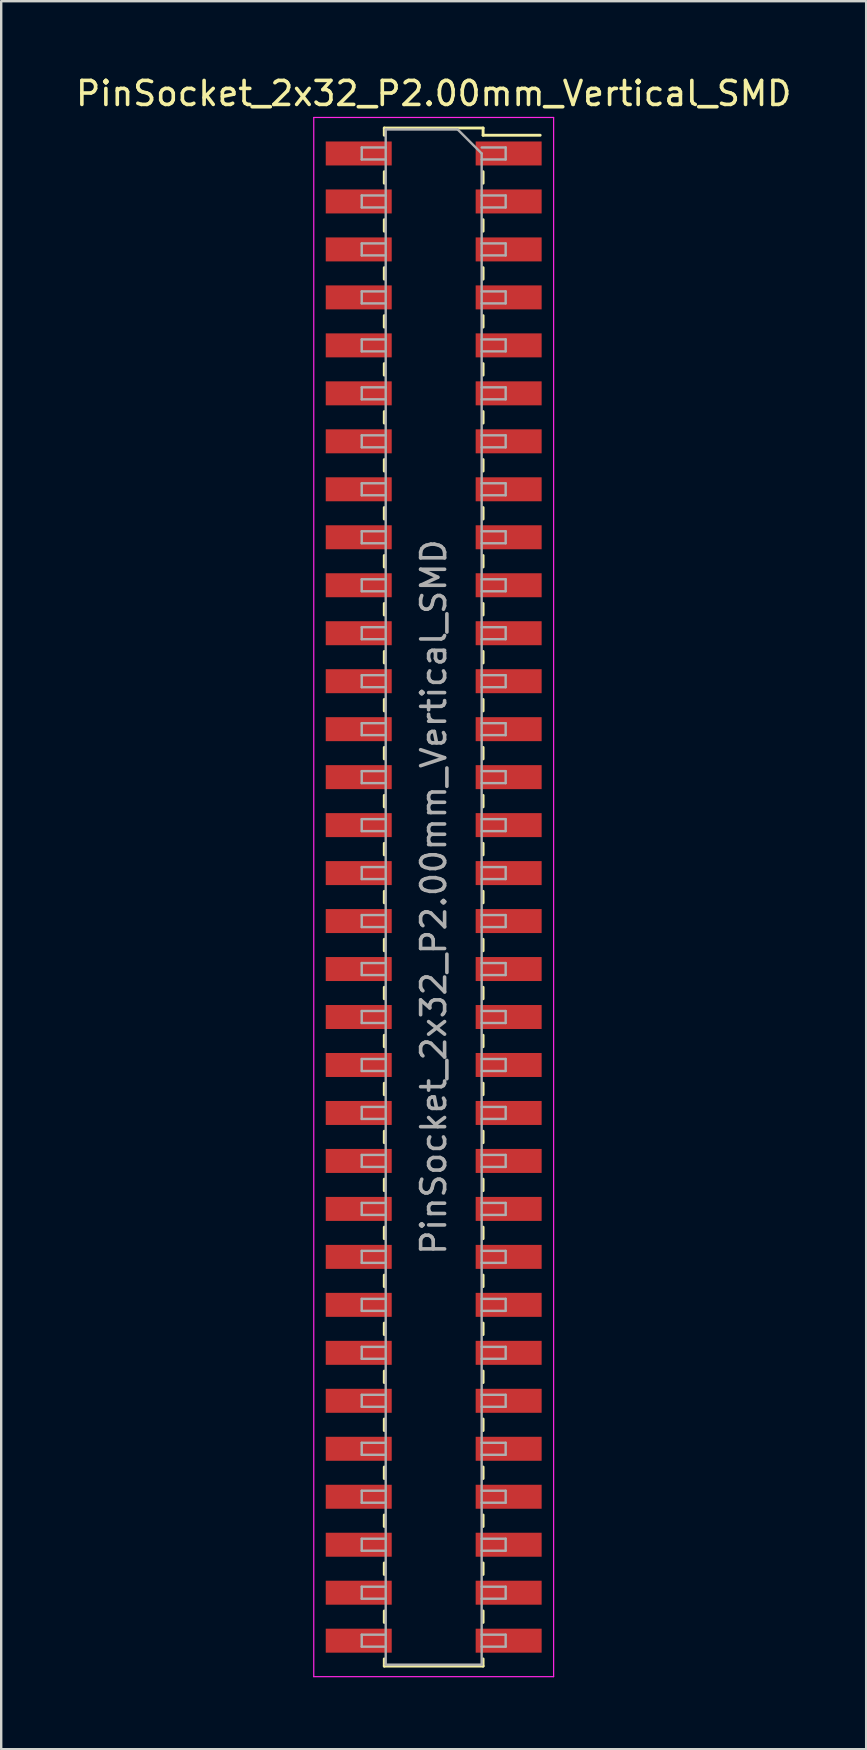
<source format=kicad_pcb>
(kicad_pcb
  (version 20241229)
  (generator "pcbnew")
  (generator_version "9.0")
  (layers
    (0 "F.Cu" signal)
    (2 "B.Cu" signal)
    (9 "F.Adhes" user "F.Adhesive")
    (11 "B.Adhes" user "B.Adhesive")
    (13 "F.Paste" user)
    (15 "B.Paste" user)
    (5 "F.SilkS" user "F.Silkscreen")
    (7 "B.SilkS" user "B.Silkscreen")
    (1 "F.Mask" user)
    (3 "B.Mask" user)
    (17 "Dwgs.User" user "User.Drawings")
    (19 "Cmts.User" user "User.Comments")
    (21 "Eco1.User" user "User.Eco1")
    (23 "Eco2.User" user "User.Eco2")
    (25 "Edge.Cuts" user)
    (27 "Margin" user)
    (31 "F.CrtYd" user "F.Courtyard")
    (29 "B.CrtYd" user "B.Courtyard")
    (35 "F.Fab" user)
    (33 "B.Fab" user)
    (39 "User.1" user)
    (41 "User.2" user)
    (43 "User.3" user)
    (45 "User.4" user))
  (footprint "PinSocket_2x32_P2.00mm_Vertical_SMD"
    (layer "F.Cu")
    (at 15.03 34.348)
    (property "Reference" "PinSocket_2x32_P2.00mm_Vertical_SMD" (at 0 -33.5 0) (layer "F.SilkS") (effects (font (size 1 1) (thickness 0.15))))
    (attr smd)
    (fp_line (start -2.06 -32.06) (end -2.06 -31.76) (stroke (width 0.12) (type solid)) (layer "F.SilkS"))
    (fp_line (start -2.06 -32.06) (end 2.06 -32.06) (stroke (width 0.12) (type solid)) (layer "F.SilkS"))
    (fp_line (start -2.06 -30.24) (end -2.06 -29.76) (stroke (width 0.12) (type solid)) (layer "F.SilkS"))
    (fp_line (start -2.06 -28.24) (end -2.06 -27.76) (stroke (width 0.12) (type solid)) (layer "F.SilkS"))
    (fp_line (start -2.06 -26.24) (end -2.06 -25.76) (stroke (width 0.12) (type solid)) (layer "F.SilkS"))
    (fp_line (start -2.06 -24.24) (end -2.06 -23.76) (stroke (width 0.12) (type solid)) (layer "F.SilkS"))
    (fp_line (start -2.06 -22.24) (end -2.06 -21.76) (stroke (width 0.12) (type solid)) (layer "F.SilkS"))
    (fp_line (start -2.06 -20.24) (end -2.06 -19.76) (stroke (width 0.12) (type solid)) (layer "F.SilkS"))
    (fp_line (start -2.06 -18.24) (end -2.06 -17.76) (stroke (width 0.12) (type solid)) (layer "F.SilkS"))
    (fp_line (start -2.06 -16.24) (end -2.06 -15.76) (stroke (width 0.12) (type solid)) (layer "F.SilkS"))
    (fp_line (start -2.06 -14.24) (end -2.06 -13.76) (stroke (width 0.12) (type solid)) (layer "F.SilkS"))
    (fp_line (start -2.06 -12.24) (end -2.06 -11.76) (stroke (width 0.12) (type solid)) (layer "F.SilkS"))
    (fp_line (start -2.06 -10.24) (end -2.06 -9.76) (stroke (width 0.12) (type solid)) (layer "F.SilkS"))
    (fp_line (start -2.06 -8.24) (end -2.06 -7.76) (stroke (width 0.12) (type solid)) (layer "F.SilkS"))
    (fp_line (start -2.06 -6.24) (end -2.06 -5.76) (stroke (width 0.12) (type solid)) (layer "F.SilkS"))
    (fp_line (start -2.06 -4.24) (end -2.06 -3.76) (stroke (width 0.12) (type solid)) (layer "F.SilkS"))
    (fp_line (start -2.06 -2.24) (end -2.06 -1.76) (stroke (width 0.12) (type solid)) (layer "F.SilkS"))
    (fp_line (start -2.06 -0.24) (end -2.06 0.24) (stroke (width 0.12) (type solid)) (layer "F.SilkS"))
    (fp_line (start -2.06 1.76) (end -2.06 2.24) (stroke (width 0.12) (type solid)) (layer "F.SilkS"))
    (fp_line (start -2.06 3.76) (end -2.06 4.24) (stroke (width 0.12) (type solid)) (layer "F.SilkS"))
    (fp_line (start -2.06 5.76) (end -2.06 6.24) (stroke (width 0.12) (type solid)) (layer "F.SilkS"))
    (fp_line (start -2.06 7.76) (end -2.06 8.24) (stroke (width 0.12) (type solid)) (layer "F.SilkS"))
    (fp_line (start -2.06 9.76) (end -2.06 10.24) (stroke (width 0.12) (type solid)) (layer "F.SilkS"))
    (fp_line (start -2.06 11.76) (end -2.06 12.24) (stroke (width 0.12) (type solid)) (layer "F.SilkS"))
    (fp_line (start -2.06 13.76) (end -2.06 14.24) (stroke (width 0.12) (type solid)) (layer "F.SilkS"))
    (fp_line (start -2.06 15.76) (end -2.06 16.24) (stroke (width 0.12) (type solid)) (layer "F.SilkS"))
    (fp_line (start -2.06 17.76) (end -2.06 18.24) (stroke (width 0.12) (type solid)) (layer "F.SilkS"))
    (fp_line (start -2.06 19.76) (end -2.06 20.24) (stroke (width 0.12) (type solid)) (layer "F.SilkS"))
    (fp_line (start -2.06 21.76) (end -2.06 22.24) (stroke (width 0.12) (type solid)) (layer "F.SilkS"))
    (fp_line (start -2.06 23.76) (end -2.06 24.24) (stroke (width 0.12) (type solid)) (layer "F.SilkS"))
    (fp_line (start -2.06 25.76) (end -2.06 26.24) (stroke (width 0.12) (type solid)) (layer "F.SilkS"))
    (fp_line (start -2.06 27.76) (end -2.06 28.24) (stroke (width 0.12) (type solid)) (layer "F.SilkS"))
    (fp_line (start -2.06 29.76) (end -2.06 30.24) (stroke (width 0.12) (type solid)) (layer "F.SilkS"))
    (fp_line (start -2.06 31.76) (end -2.06 32.06) (stroke (width 0.12) (type solid)) (layer "F.SilkS"))
    (fp_line (start -2.06 32.06) (end 2.06 32.06) (stroke (width 0.12) (type solid)) (layer "F.SilkS"))
    (fp_line (start 2.06 -32.06) (end 2.06 -31.76) (stroke (width 0.12) (type solid)) (layer "F.SilkS"))
    (fp_line (start 2.06 -31.76) (end 4.44 -31.76) (stroke (width 0.12) (type solid)) (layer "F.SilkS"))
    (fp_line (start 2.06 -30.24) (end 2.06 -29.76) (stroke (width 0.12) (type solid)) (layer "F.SilkS"))
    (fp_line (start 2.06 -28.24) (end 2.06 -27.76) (stroke (width 0.12) (type solid)) (layer "F.SilkS"))
    (fp_line (start 2.06 -26.24) (end 2.06 -25.76) (stroke (width 0.12) (type solid)) (layer "F.SilkS"))
    (fp_line (start 2.06 -24.24) (end 2.06 -23.76) (stroke (width 0.12) (type solid)) (layer "F.SilkS"))
    (fp_line (start 2.06 -22.24) (end 2.06 -21.76) (stroke (width 0.12) (type solid)) (layer "F.SilkS"))
    (fp_line (start 2.06 -20.24) (end 2.06 -19.76) (stroke (width 0.12) (type solid)) (layer "F.SilkS"))
    (fp_line (start 2.06 -18.24) (end 2.06 -17.76) (stroke (width 0.12) (type solid)) (layer "F.SilkS"))
    (fp_line (start 2.06 -16.24) (end 2.06 -15.76) (stroke (width 0.12) (type solid)) (layer "F.SilkS"))
    (fp_line (start 2.06 -14.24) (end 2.06 -13.76) (stroke (width 0.12) (type solid)) (layer "F.SilkS"))
    (fp_line (start 2.06 -12.24) (end 2.06 -11.76) (stroke (width 0.12) (type solid)) (layer "F.SilkS"))
    (fp_line (start 2.06 -10.24) (end 2.06 -9.76) (stroke (width 0.12) (type solid)) (layer "F.SilkS"))
    (fp_line (start 2.06 -8.24) (end 2.06 -7.76) (stroke (width 0.12) (type solid)) (layer "F.SilkS"))
    (fp_line (start 2.06 -6.24) (end 2.06 -5.76) (stroke (width 0.12) (type solid)) (layer "F.SilkS"))
    (fp_line (start 2.06 -4.24) (end 2.06 -3.76) (stroke (width 0.12) (type solid)) (layer "F.SilkS"))
    (fp_line (start 2.06 -2.24) (end 2.06 -1.76) (stroke (width 0.12) (type solid)) (layer "F.SilkS"))
    (fp_line (start 2.06 -0.24) (end 2.06 0.24) (stroke (width 0.12) (type solid)) (layer "F.SilkS"))
    (fp_line (start 2.06 1.76) (end 2.06 2.24) (stroke (width 0.12) (type solid)) (layer "F.SilkS"))
    (fp_line (start 2.06 3.76) (end 2.06 4.24) (stroke (width 0.12) (type solid)) (layer "F.SilkS"))
    (fp_line (start 2.06 5.76) (end 2.06 6.24) (stroke (width 0.12) (type solid)) (layer "F.SilkS"))
    (fp_line (start 2.06 7.76) (end 2.06 8.24) (stroke (width 0.12) (type solid)) (layer "F.SilkS"))
    (fp_line (start 2.06 9.76) (end 2.06 10.24) (stroke (width 0.12) (type solid)) (layer "F.SilkS"))
    (fp_line (start 2.06 11.76) (end 2.06 12.24) (stroke (width 0.12) (type solid)) (layer "F.SilkS"))
    (fp_line (start 2.06 13.76) (end 2.06 14.24) (stroke (width 0.12) (type solid)) (layer "F.SilkS"))
    (fp_line (start 2.06 15.76) (end 2.06 16.24) (stroke (width 0.12) (type solid)) (layer "F.SilkS"))
    (fp_line (start 2.06 17.76) (end 2.06 18.24) (stroke (width 0.12) (type solid)) (layer "F.SilkS"))
    (fp_line (start 2.06 19.76) (end 2.06 20.24) (stroke (width 0.12) (type solid)) (layer "F.SilkS"))
    (fp_line (start 2.06 21.76) (end 2.06 22.24) (stroke (width 0.12) (type solid)) (layer "F.SilkS"))
    (fp_line (start 2.06 23.76) (end 2.06 24.24) (stroke (width 0.12) (type solid)) (layer "F.SilkS"))
    (fp_line (start 2.06 25.76) (end 2.06 26.24) (stroke (width 0.12) (type solid)) (layer "F.SilkS"))
    (fp_line (start 2.06 27.76) (end 2.06 28.24) (stroke (width 0.12) (type solid)) (layer "F.SilkS"))
    (fp_line (start 2.06 29.76) (end 2.06 30.24) (stroke (width 0.12) (type solid)) (layer "F.SilkS"))
    (fp_line (start 2.06 31.76) (end 2.06 32.06) (stroke (width 0.12) (type solid)) (layer "F.SilkS"))
    (fp_line (start -5 -32.5) (end 5 -32.5) (stroke (width 0.05) (type solid)) (layer "F.CrtYd"))
    (fp_line (start -5 32.5) (end -5 -32.5) (stroke (width 0.05) (type solid)) (layer "F.CrtYd"))
    (fp_line (start 5 -32.5) (end 5 32.5) (stroke (width 0.05) (type solid)) (layer "F.CrtYd"))
    (fp_line (start 5 32.5) (end -5 32.5) (stroke (width 0.05) (type solid)) (layer "F.CrtYd"))
    (fp_line (start -3 -31.25) (end -2 -31.25) (stroke (width 0.1) (type solid)) (layer "F.Fab"))
    (fp_line (start -3 -30.75) (end -3 -31.25) (stroke (width 0.1) (type solid)) (layer "F.Fab"))
    (fp_line (start -3 -29.25) (end -2 -29.25) (stroke (width 0.1) (type solid)) (layer "F.Fab"))
    (fp_line (start -3 -28.75) (end -3 -29.25) (stroke (width 0.1) (type solid)) (layer "F.Fab"))
    (fp_line (start -3 -27.25) (end -2 -27.25) (stroke (width 0.1) (type solid)) (layer "F.Fab"))
    (fp_line (start -3 -26.75) (end -3 -27.25) (stroke (width 0.1) (type solid)) (layer "F.Fab"))
    (fp_line (start -3 -25.25) (end -2 -25.25) (stroke (width 0.1) (type solid)) (layer "F.Fab"))
    (fp_line (start -3 -24.75) (end -3 -25.25) (stroke (width 0.1) (type solid)) (layer "F.Fab"))
    (fp_line (start -3 -23.25) (end -2 -23.25) (stroke (width 0.1) (type solid)) (layer "F.Fab"))
    (fp_line (start -3 -22.75) (end -3 -23.25) (stroke (width 0.1) (type solid)) (layer "F.Fab"))
    (fp_line (start -3 -21.25) (end -2 -21.25) (stroke (width 0.1) (type solid)) (layer "F.Fab"))
    (fp_line (start -3 -20.75) (end -3 -21.25) (stroke (width 0.1) (type solid)) (layer "F.Fab"))
    (fp_line (start -3 -19.25) (end -2 -19.25) (stroke (width 0.1) (type solid)) (layer "F.Fab"))
    (fp_line (start -3 -18.75) (end -3 -19.25) (stroke (width 0.1) (type solid)) (layer "F.Fab"))
    (fp_line (start -3 -17.25) (end -2 -17.25) (stroke (width 0.1) (type solid)) (layer "F.Fab"))
    (fp_line (start -3 -16.75) (end -3 -17.25) (stroke (width 0.1) (type solid)) (layer "F.Fab"))
    (fp_line (start -3 -15.25) (end -2 -15.25) (stroke (width 0.1) (type solid)) (layer "F.Fab"))
    (fp_line (start -3 -14.75) (end -3 -15.25) (stroke (width 0.1) (type solid)) (layer "F.Fab"))
    (fp_line (start -3 -13.25) (end -2 -13.25) (stroke (width 0.1) (type solid)) (layer "F.Fab"))
    (fp_line (start -3 -12.75) (end -3 -13.25) (stroke (width 0.1) (type solid)) (layer "F.Fab"))
    (fp_line (start -3 -11.25) (end -2 -11.25) (stroke (width 0.1) (type solid)) (layer "F.Fab"))
    (fp_line (start -3 -10.75) (end -3 -11.25) (stroke (width 0.1) (type solid)) (layer "F.Fab"))
    (fp_line (start -3 -9.25) (end -2 -9.25) (stroke (width 0.1) (type solid)) (layer "F.Fab"))
    (fp_line (start -3 -8.75) (end -3 -9.25) (stroke (width 0.1) (type solid)) (layer "F.Fab"))
    (fp_line (start -3 -7.25) (end -2 -7.25) (stroke (width 0.1) (type solid)) (layer "F.Fab"))
    (fp_line (start -3 -6.75) (end -3 -7.25) (stroke (width 0.1) (type solid)) (layer "F.Fab"))
    (fp_line (start -3 -5.25) (end -2 -5.25) (stroke (width 0.1) (type solid)) (layer "F.Fab"))
    (fp_line (start -3 -4.75) (end -3 -5.25) (stroke (width 0.1) (type solid)) (layer "F.Fab"))
    (fp_line (start -3 -3.25) (end -2 -3.25) (stroke (width 0.1) (type solid)) (layer "F.Fab"))
    (fp_line (start -3 -2.75) (end -3 -3.25) (stroke (width 0.1) (type solid)) (layer "F.Fab"))
    (fp_line (start -3 -1.25) (end -2 -1.25) (stroke (width 0.1) (type solid)) (layer "F.Fab"))
    (fp_line (start -3 -0.75) (end -3 -1.25) (stroke (width 0.1) (type solid)) (layer "F.Fab"))
    (fp_line (start -3 0.75) (end -2 0.75) (stroke (width 0.1) (type solid)) (layer "F.Fab"))
    (fp_line (start -3 1.25) (end -3 0.75) (stroke (width 0.1) (type solid)) (layer "F.Fab"))
    (fp_line (start -3 2.75) (end -2 2.75) (stroke (width 0.1) (type solid)) (layer "F.Fab"))
    (fp_line (start -3 3.25) (end -3 2.75) (stroke (width 0.1) (type solid)) (layer "F.Fab"))
    (fp_line (start -3 4.75) (end -2 4.75) (stroke (width 0.1) (type solid)) (layer "F.Fab"))
    (fp_line (start -3 5.25) (end -3 4.75) (stroke (width 0.1) (type solid)) (layer "F.Fab"))
    (fp_line (start -3 6.75) (end -2 6.75) (stroke (width 0.1) (type solid)) (layer "F.Fab"))
    (fp_line (start -3 7.25) (end -3 6.75) (stroke (width 0.1) (type solid)) (layer "F.Fab"))
    (fp_line (start -3 8.75) (end -2 8.75) (stroke (width 0.1) (type solid)) (layer "F.Fab"))
    (fp_line (start -3 9.25) (end -3 8.75) (stroke (width 0.1) (type solid)) (layer "F.Fab"))
    (fp_line (start -3 10.75) (end -2 10.75) (stroke (width 0.1) (type solid)) (layer "F.Fab"))
    (fp_line (start -3 11.25) (end -3 10.75) (stroke (width 0.1) (type solid)) (layer "F.Fab"))
    (fp_line (start -3 12.75) (end -2 12.75) (stroke (width 0.1) (type solid)) (layer "F.Fab"))
    (fp_line (start -3 13.25) (end -3 12.75) (stroke (width 0.1) (type solid)) (layer "F.Fab"))
    (fp_line (start -3 14.75) (end -2 14.75) (stroke (width 0.1) (type solid)) (layer "F.Fab"))
    (fp_line (start -3 15.25) (end -3 14.75) (stroke (width 0.1) (type solid)) (layer "F.Fab"))
    (fp_line (start -3 16.75) (end -2 16.75) (stroke (width 0.1) (type solid)) (layer "F.Fab"))
    (fp_line (start -3 17.25) (end -3 16.75) (stroke (width 0.1) (type solid)) (layer "F.Fab"))
    (fp_line (start -3 18.75) (end -2 18.75) (stroke (width 0.1) (type solid)) (layer "F.Fab"))
    (fp_line (start -3 19.25) (end -3 18.75) (stroke (width 0.1) (type solid)) (layer "F.Fab"))
    (fp_line (start -3 20.75) (end -2 20.75) (stroke (width 0.1) (type solid)) (layer "F.Fab"))
    (fp_line (start -3 21.25) (end -3 20.75) (stroke (width 0.1) (type solid)) (layer "F.Fab"))
    (fp_line (start -3 22.75) (end -2 22.75) (stroke (width 0.1) (type solid)) (layer "F.Fab"))
    (fp_line (start -3 23.25) (end -3 22.75) (stroke (width 0.1) (type solid)) (layer "F.Fab"))
    (fp_line (start -3 24.75) (end -2 24.75) (stroke (width 0.1) (type solid)) (layer "F.Fab"))
    (fp_line (start -3 25.25) (end -3 24.75) (stroke (width 0.1) (type solid)) (layer "F.Fab"))
    (fp_line (start -3 26.75) (end -2 26.75) (stroke (width 0.1) (type solid)) (layer "F.Fab"))
    (fp_line (start -3 27.25) (end -3 26.75) (stroke (width 0.1) (type solid)) (layer "F.Fab"))
    (fp_line (start -3 28.75) (end -2 28.75) (stroke (width 0.1) (type solid)) (layer "F.Fab"))
    (fp_line (start -3 29.25) (end -3 28.75) (stroke (width 0.1) (type solid)) (layer "F.Fab"))
    (fp_line (start -3 30.75) (end -2 30.75) (stroke (width 0.1) (type solid)) (layer "F.Fab"))
    (fp_line (start -3 31.25) (end -3 30.75) (stroke (width 0.1) (type solid)) (layer "F.Fab"))
    (fp_line (start -2 -32) (end 1 -32) (stroke (width 0.1) (type solid)) (layer "F.Fab"))
    (fp_line (start -2 -30.75) (end -3 -30.75) (stroke (width 0.1) (type solid)) (layer "F.Fab"))
    (fp_line (start -2 -28.75) (end -3 -28.75) (stroke (width 0.1) (type solid)) (layer "F.Fab"))
    (fp_line (start -2 -26.75) (end -3 -26.75) (stroke (width 0.1) (type solid)) (layer "F.Fab"))
    (fp_line (start -2 -24.75) (end -3 -24.75) (stroke (width 0.1) (type solid)) (layer "F.Fab"))
    (fp_line (start -2 -22.75) (end -3 -22.75) (stroke (width 0.1) (type solid)) (layer "F.Fab"))
    (fp_line (start -2 -20.75) (end -3 -20.75) (stroke (width 0.1) (type solid)) (layer "F.Fab"))
    (fp_line (start -2 -18.75) (end -3 -18.75) (stroke (width 0.1) (type solid)) (layer "F.Fab"))
    (fp_line (start -2 -16.75) (end -3 -16.75) (stroke (width 0.1) (type solid)) (layer "F.Fab"))
    (fp_line (start -2 -14.75) (end -3 -14.75) (stroke (width 0.1) (type solid)) (layer "F.Fab"))
    (fp_line (start -2 -12.75) (end -3 -12.75) (stroke (width 0.1) (type solid)) (layer "F.Fab"))
    (fp_line (start -2 -10.75) (end -3 -10.75) (stroke (width 0.1) (type solid)) (layer "F.Fab"))
    (fp_line (start -2 -8.75) (end -3 -8.75) (stroke (width 0.1) (type solid)) (layer "F.Fab"))
    (fp_line (start -2 -6.75) (end -3 -6.75) (stroke (width 0.1) (type solid)) (layer "F.Fab"))
    (fp_line (start -2 -4.75) (end -3 -4.75) (stroke (width 0.1) (type solid)) (layer "F.Fab"))
    (fp_line (start -2 -2.75) (end -3 -2.75) (stroke (width 0.1) (type solid)) (layer "F.Fab"))
    (fp_line (start -2 -0.75) (end -3 -0.75) (stroke (width 0.1) (type solid)) (layer "F.Fab"))
    (fp_line (start -2 1.25) (end -3 1.25) (stroke (width 0.1) (type solid)) (layer "F.Fab"))
    (fp_line (start -2 3.25) (end -3 3.25) (stroke (width 0.1) (type solid)) (layer "F.Fab"))
    (fp_line (start -2 5.25) (end -3 5.25) (stroke (width 0.1) (type solid)) (layer "F.Fab"))
    (fp_line (start -2 7.25) (end -3 7.25) (stroke (width 0.1) (type solid)) (layer "F.Fab"))
    (fp_line (start -2 9.25) (end -3 9.25) (stroke (width 0.1) (type solid)) (layer "F.Fab"))
    (fp_line (start -2 11.25) (end -3 11.25) (stroke (width 0.1) (type solid)) (layer "F.Fab"))
    (fp_line (start -2 13.25) (end -3 13.25) (stroke (width 0.1) (type solid)) (layer "F.Fab"))
    (fp_line (start -2 15.25) (end -3 15.25) (stroke (width 0.1) (type solid)) (layer "F.Fab"))
    (fp_line (start -2 17.25) (end -3 17.25) (stroke (width 0.1) (type solid)) (layer "F.Fab"))
    (fp_line (start -2 19.25) (end -3 19.25) (stroke (width 0.1) (type solid)) (layer "F.Fab"))
    (fp_line (start -2 21.25) (end -3 21.25) (stroke (width 0.1) (type solid)) (layer "F.Fab"))
    (fp_line (start -2 23.25) (end -3 23.25) (stroke (width 0.1) (type solid)) (layer "F.Fab"))
    (fp_line (start -2 25.25) (end -3 25.25) (stroke (width 0.1) (type solid)) (layer "F.Fab"))
    (fp_line (start -2 27.25) (end -3 27.25) (stroke (width 0.1) (type solid)) (layer "F.Fab"))
    (fp_line (start -2 29.25) (end -3 29.25) (stroke (width 0.1) (type solid)) (layer "F.Fab"))
    (fp_line (start -2 31.25) (end -3 31.25) (stroke (width 0.1) (type solid)) (layer "F.Fab"))
    (fp_line (start -2 32) (end -2 -32) (stroke (width 0.1) (type solid)) (layer "F.Fab"))
    (fp_line (start 1 -32) (end 2 -31) (stroke (width 0.1) (type solid)) (layer "F.Fab"))
    (fp_line (start 2 -31.25) (end 3 -31.25) (stroke (width 0.1) (type solid)) (layer "F.Fab"))
    (fp_line (start 2 -31) (end 2 32) (stroke (width 0.1) (type solid)) (layer "F.Fab"))
    (fp_line (start 2 -29.25) (end 3 -29.25) (stroke (width 0.1) (type solid)) (layer "F.Fab"))
    (fp_line (start 2 -27.25) (end 3 -27.25) (stroke (width 0.1) (type solid)) (layer "F.Fab"))
    (fp_line (start 2 -25.25) (end 3 -25.25) (stroke (width 0.1) (type solid)) (layer "F.Fab"))
    (fp_line (start 2 -23.25) (end 3 -23.25) (stroke (width 0.1) (type solid)) (layer "F.Fab"))
    (fp_line (start 2 -21.25) (end 3 -21.25) (stroke (width 0.1) (type solid)) (layer "F.Fab"))
    (fp_line (start 2 -19.25) (end 3 -19.25) (stroke (width 0.1) (type solid)) (layer "F.Fab"))
    (fp_line (start 2 -17.25) (end 3 -17.25) (stroke (width 0.1) (type solid)) (layer "F.Fab"))
    (fp_line (start 2 -15.25) (end 3 -15.25) (stroke (width 0.1) (type solid)) (layer "F.Fab"))
    (fp_line (start 2 -13.25) (end 3 -13.25) (stroke (width 0.1) (type solid)) (layer "F.Fab"))
    (fp_line (start 2 -11.25) (end 3 -11.25) (stroke (width 0.1) (type solid)) (layer "F.Fab"))
    (fp_line (start 2 -9.25) (end 3 -9.25) (stroke (width 0.1) (type solid)) (layer "F.Fab"))
    (fp_line (start 2 -7.25) (end 3 -7.25) (stroke (width 0.1) (type solid)) (layer "F.Fab"))
    (fp_line (start 2 -5.25) (end 3 -5.25) (stroke (width 0.1) (type solid)) (layer "F.Fab"))
    (fp_line (start 2 -3.25) (end 3 -3.25) (stroke (width 0.1) (type solid)) (layer "F.Fab"))
    (fp_line (start 2 -1.25) (end 3 -1.25) (stroke (width 0.1) (type solid)) (layer "F.Fab"))
    (fp_line (start 2 0.75) (end 3 0.75) (stroke (width 0.1) (type solid)) (layer "F.Fab"))
    (fp_line (start 2 2.75) (end 3 2.75) (stroke (width 0.1) (type solid)) (layer "F.Fab"))
    (fp_line (start 2 4.75) (end 3 4.75) (stroke (width 0.1) (type solid)) (layer "F.Fab"))
    (fp_line (start 2 6.75) (end 3 6.75) (stroke (width 0.1) (type solid)) (layer "F.Fab"))
    (fp_line (start 2 8.75) (end 3 8.75) (stroke (width 0.1) (type solid)) (layer "F.Fab"))
    (fp_line (start 2 10.75) (end 3 10.75) (stroke (width 0.1) (type solid)) (layer "F.Fab"))
    (fp_line (start 2 12.75) (end 3 12.75) (stroke (width 0.1) (type solid)) (layer "F.Fab"))
    (fp_line (start 2 14.75) (end 3 14.75) (stroke (width 0.1) (type solid)) (layer "F.Fab"))
    (fp_line (start 2 16.75) (end 3 16.75) (stroke (width 0.1) (type solid)) (layer "F.Fab"))
    (fp_line (start 2 18.75) (end 3 18.75) (stroke (width 0.1) (type solid)) (layer "F.Fab"))
    (fp_line (start 2 20.75) (end 3 20.75) (stroke (width 0.1) (type solid)) (layer "F.Fab"))
    (fp_line (start 2 22.75) (end 3 22.75) (stroke (width 0.1) (type solid)) (layer "F.Fab"))
    (fp_line (start 2 24.75) (end 3 24.75) (stroke (width 0.1) (type solid)) (layer "F.Fab"))
    (fp_line (start 2 26.75) (end 3 26.75) (stroke (width 0.1) (type solid)) (layer "F.Fab"))
    (fp_line (start 2 28.75) (end 3 28.75) (stroke (width 0.1) (type solid)) (layer "F.Fab"))
    (fp_line (start 2 30.75) (end 3 30.75) (stroke (width 0.1) (type solid)) (layer "F.Fab"))
    (fp_line (start 2 32) (end -2 32) (stroke (width 0.1) (type solid)) (layer "F.Fab"))
    (fp_line (start 3 -31.25) (end 3 -30.75) (stroke (width 0.1) (type solid)) (layer "F.Fab"))
    (fp_line (start 3 -30.75) (end 2 -30.75) (stroke (width 0.1) (type solid)) (layer "F.Fab"))
    (fp_line (start 3 -29.25) (end 3 -28.75) (stroke (width 0.1) (type solid)) (layer "F.Fab"))
    (fp_line (start 3 -28.75) (end 2 -28.75) (stroke (width 0.1) (type solid)) (layer "F.Fab"))
    (fp_line (start 3 -27.25) (end 3 -26.75) (stroke (width 0.1) (type solid)) (layer "F.Fab"))
    (fp_line (start 3 -26.75) (end 2 -26.75) (stroke (width 0.1) (type solid)) (layer "F.Fab"))
    (fp_line (start 3 -25.25) (end 3 -24.75) (stroke (width 0.1) (type solid)) (layer "F.Fab"))
    (fp_line (start 3 -24.75) (end 2 -24.75) (stroke (width 0.1) (type solid)) (layer "F.Fab"))
    (fp_line (start 3 -23.25) (end 3 -22.75) (stroke (width 0.1) (type solid)) (layer "F.Fab"))
    (fp_line (start 3 -22.75) (end 2 -22.75) (stroke (width 0.1) (type solid)) (layer "F.Fab"))
    (fp_line (start 3 -21.25) (end 3 -20.75) (stroke (width 0.1) (type solid)) (layer "F.Fab"))
    (fp_line (start 3 -20.75) (end 2 -20.75) (stroke (width 0.1) (type solid)) (layer "F.Fab"))
    (fp_line (start 3 -19.25) (end 3 -18.75) (stroke (width 0.1) (type solid)) (layer "F.Fab"))
    (fp_line (start 3 -18.75) (end 2 -18.75) (stroke (width 0.1) (type solid)) (layer "F.Fab"))
    (fp_line (start 3 -17.25) (end 3 -16.75) (stroke (width 0.1) (type solid)) (layer "F.Fab"))
    (fp_line (start 3 -16.75) (end 2 -16.75) (stroke (width 0.1) (type solid)) (layer "F.Fab"))
    (fp_line (start 3 -15.25) (end 3 -14.75) (stroke (width 0.1) (type solid)) (layer "F.Fab"))
    (fp_line (start 3 -14.75) (end 2 -14.75) (stroke (width 0.1) (type solid)) (layer "F.Fab"))
    (fp_line (start 3 -13.25) (end 3 -12.75) (stroke (width 0.1) (type solid)) (layer "F.Fab"))
    (fp_line (start 3 -12.75) (end 2 -12.75) (stroke (width 0.1) (type solid)) (layer "F.Fab"))
    (fp_line (start 3 -11.25) (end 3 -10.75) (stroke (width 0.1) (type solid)) (layer "F.Fab"))
    (fp_line (start 3 -10.75) (end 2 -10.75) (stroke (width 0.1) (type solid)) (layer "F.Fab"))
    (fp_line (start 3 -9.25) (end 3 -8.75) (stroke (width 0.1) (type solid)) (layer "F.Fab"))
    (fp_line (start 3 -8.75) (end 2 -8.75) (stroke (width 0.1) (type solid)) (layer "F.Fab"))
    (fp_line (start 3 -7.25) (end 3 -6.75) (stroke (width 0.1) (type solid)) (layer "F.Fab"))
    (fp_line (start 3 -6.75) (end 2 -6.75) (stroke (width 0.1) (type solid)) (layer "F.Fab"))
    (fp_line (start 3 -5.25) (end 3 -4.75) (stroke (width 0.1) (type solid)) (layer "F.Fab"))
    (fp_line (start 3 -4.75) (end 2 -4.75) (stroke (width 0.1) (type solid)) (layer "F.Fab"))
    (fp_line (start 3 -3.25) (end 3 -2.75) (stroke (width 0.1) (type solid)) (layer "F.Fab"))
    (fp_line (start 3 -2.75) (end 2 -2.75) (stroke (width 0.1) (type solid)) (layer "F.Fab"))
    (fp_line (start 3 -1.25) (end 3 -0.75) (stroke (width 0.1) (type solid)) (layer "F.Fab"))
    (fp_line (start 3 -0.75) (end 2 -0.75) (stroke (width 0.1) (type solid)) (layer "F.Fab"))
    (fp_line (start 3 0.75) (end 3 1.25) (stroke (width 0.1) (type solid)) (layer "F.Fab"))
    (fp_line (start 3 1.25) (end 2 1.25) (stroke (width 0.1) (type solid)) (layer "F.Fab"))
    (fp_line (start 3 2.75) (end 3 3.25) (stroke (width 0.1) (type solid)) (layer "F.Fab"))
    (fp_line (start 3 3.25) (end 2 3.25) (stroke (width 0.1) (type solid)) (layer "F.Fab"))
    (fp_line (start 3 4.75) (end 3 5.25) (stroke (width 0.1) (type solid)) (layer "F.Fab"))
    (fp_line (start 3 5.25) (end 2 5.25) (stroke (width 0.1) (type solid)) (layer "F.Fab"))
    (fp_line (start 3 6.75) (end 3 7.25) (stroke (width 0.1) (type solid)) (layer "F.Fab"))
    (fp_line (start 3 7.25) (end 2 7.25) (stroke (width 0.1) (type solid)) (layer "F.Fab"))
    (fp_line (start 3 8.75) (end 3 9.25) (stroke (width 0.1) (type solid)) (layer "F.Fab"))
    (fp_line (start 3 9.25) (end 2 9.25) (stroke (width 0.1) (type solid)) (layer "F.Fab"))
    (fp_line (start 3 10.75) (end 3 11.25) (stroke (width 0.1) (type solid)) (layer "F.Fab"))
    (fp_line (start 3 11.25) (end 2 11.25) (stroke (width 0.1) (type solid)) (layer "F.Fab"))
    (fp_line (start 3 12.75) (end 3 13.25) (stroke (width 0.1) (type solid)) (layer "F.Fab"))
    (fp_line (start 3 13.25) (end 2 13.25) (stroke (width 0.1) (type solid)) (layer "F.Fab"))
    (fp_line (start 3 14.75) (end 3 15.25) (stroke (width 0.1) (type solid)) (layer "F.Fab"))
    (fp_line (start 3 15.25) (end 2 15.25) (stroke (width 0.1) (type solid)) (layer "F.Fab"))
    (fp_line (start 3 16.75) (end 3 17.25) (stroke (width 0.1) (type solid)) (layer "F.Fab"))
    (fp_line (start 3 17.25) (end 2 17.25) (stroke (width 0.1) (type solid)) (layer "F.Fab"))
    (fp_line (start 3 18.75) (end 3 19.25) (stroke (width 0.1) (type solid)) (layer "F.Fab"))
    (fp_line (start 3 19.25) (end 2 19.25) (stroke (width 0.1) (type solid)) (layer "F.Fab"))
    (fp_line (start 3 20.75) (end 3 21.25) (stroke (width 0.1) (type solid)) (layer "F.Fab"))
    (fp_line (start 3 21.25) (end 2 21.25) (stroke (width 0.1) (type solid)) (layer "F.Fab"))
    (fp_line (start 3 22.75) (end 3 23.25) (stroke (width 0.1) (type solid)) (layer "F.Fab"))
    (fp_line (start 3 23.25) (end 2 23.25) (stroke (width 0.1) (type solid)) (layer "F.Fab"))
    (fp_line (start 3 24.75) (end 3 25.25) (stroke (width 0.1) (type solid)) (layer "F.Fab"))
    (fp_line (start 3 25.25) (end 2 25.25) (stroke (width 0.1) (type solid)) (layer "F.Fab"))
    (fp_line (start 3 26.75) (end 3 27.25) (stroke (width 0.1) (type solid)) (layer "F.Fab"))
    (fp_line (start 3 27.25) (end 2 27.25) (stroke (width 0.1) (type solid)) (layer "F.Fab"))
    (fp_line (start 3 28.75) (end 3 29.25) (stroke (width 0.1) (type solid)) (layer "F.Fab"))
    (fp_line (start 3 29.25) (end 2 29.25) (stroke (width 0.1) (type solid)) (layer "F.Fab"))
    (fp_line (start 3 30.75) (end 3 31.25) (stroke (width 0.1) (type solid)) (layer "F.Fab"))
    (fp_line (start 3 31.25) (end 2 31.25) (stroke (width 0.1) (type solid)) (layer "F.Fab"))
    (fp_text user "${REFERENCE}" (at 0 0 90) (layer "F.Fab") (effects (font (size 1 1) (thickness 0.15))))
    (pad "1" smd rect (at 3.125 -31) (size 2.75 1) (layers "F.Cu" "F.Mask" "F.Paste"))
    (pad "2" smd rect (at -3.125 -31) (size 2.75 1) (layers "F.Cu" "F.Mask" "F.Paste"))
    (pad "3" smd rect (at 3.125 -29) (size 2.75 1) (layers "F.Cu" "F.Mask" "F.Paste"))
    (pad "4" smd rect (at -3.125 -29) (size 2.75 1) (layers "F.Cu" "F.Mask" "F.Paste"))
    (pad "5" smd rect (at 3.125 -27) (size 2.75 1) (layers "F.Cu" "F.Mask" "F.Paste"))
    (pad "6" smd rect (at -3.125 -27) (size 2.75 1) (layers "F.Cu" "F.Mask" "F.Paste"))
    (pad "7" smd rect (at 3.125 -25) (size 2.75 1) (layers "F.Cu" "F.Mask" "F.Paste"))
    (pad "8" smd rect (at -3.125 -25) (size 2.75 1) (layers "F.Cu" "F.Mask" "F.Paste"))
    (pad "9" smd rect (at 3.125 -23) (size 2.75 1) (layers "F.Cu" "F.Mask" "F.Paste"))
    (pad "10" smd rect (at -3.125 -23) (size 2.75 1) (layers "F.Cu" "F.Mask" "F.Paste"))
    (pad "11" smd rect (at 3.125 -21) (size 2.75 1) (layers "F.Cu" "F.Mask" "F.Paste"))
    (pad "12" smd rect (at -3.125 -21) (size 2.75 1) (layers "F.Cu" "F.Mask" "F.Paste"))
    (pad "13" smd rect (at 3.125 -19) (size 2.75 1) (layers "F.Cu" "F.Mask" "F.Paste"))
    (pad "14" smd rect (at -3.125 -19) (size 2.75 1) (layers "F.Cu" "F.Mask" "F.Paste"))
    (pad "15" smd rect (at 3.125 -17) (size 2.75 1) (layers "F.Cu" "F.Mask" "F.Paste"))
    (pad "16" smd rect (at -3.125 -17) (size 2.75 1) (layers "F.Cu" "F.Mask" "F.Paste"))
    (pad "17" smd rect (at 3.125 -15) (size 2.75 1) (layers "F.Cu" "F.Mask" "F.Paste"))
    (pad "18" smd rect (at -3.125 -15) (size 2.75 1) (layers "F.Cu" "F.Mask" "F.Paste"))
    (pad "19" smd rect (at 3.125 -13) (size 2.75 1) (layers "F.Cu" "F.Mask" "F.Paste"))
    (pad "20" smd rect (at -3.125 -13) (size 2.75 1) (layers "F.Cu" "F.Mask" "F.Paste"))
    (pad "21" smd rect (at 3.125 -11) (size 2.75 1) (layers "F.Cu" "F.Mask" "F.Paste"))
    (pad "22" smd rect (at -3.125 -11) (size 2.75 1) (layers "F.Cu" "F.Mask" "F.Paste"))
    (pad "23" smd rect (at 3.125 -9) (size 2.75 1) (layers "F.Cu" "F.Mask" "F.Paste"))
    (pad "24" smd rect (at -3.125 -9) (size 2.75 1) (layers "F.Cu" "F.Mask" "F.Paste"))
    (pad "25" smd rect (at 3.125 -7) (size 2.75 1) (layers "F.Cu" "F.Mask" "F.Paste"))
    (pad "26" smd rect (at -3.125 -7) (size 2.75 1) (layers "F.Cu" "F.Mask" "F.Paste"))
    (pad "27" smd rect (at 3.125 -5) (size 2.75 1) (layers "F.Cu" "F.Mask" "F.Paste"))
    (pad "28" smd rect (at -3.125 -5) (size 2.75 1) (layers "F.Cu" "F.Mask" "F.Paste"))
    (pad "29" smd rect (at 3.125 -3) (size 2.75 1) (layers "F.Cu" "F.Mask" "F.Paste"))
    (pad "30" smd rect (at -3.125 -3) (size 2.75 1) (layers "F.Cu" "F.Mask" "F.Paste"))
    (pad "31" smd rect (at 3.125 -1) (size 2.75 1) (layers "F.Cu" "F.Mask" "F.Paste"))
    (pad "32" smd rect (at -3.125 -1) (size 2.75 1) (layers "F.Cu" "F.Mask" "F.Paste"))
    (pad "33" smd rect (at 3.125 1) (size 2.75 1) (layers "F.Cu" "F.Mask" "F.Paste"))
    (pad "34" smd rect (at -3.125 1) (size 2.75 1) (layers "F.Cu" "F.Mask" "F.Paste"))
    (pad "35" smd rect (at 3.125 3) (size 2.75 1) (layers "F.Cu" "F.Mask" "F.Paste"))
    (pad "36" smd rect (at -3.125 3) (size 2.75 1) (layers "F.Cu" "F.Mask" "F.Paste"))
    (pad "37" smd rect (at 3.125 5) (size 2.75 1) (layers "F.Cu" "F.Mask" "F.Paste"))
    (pad "38" smd rect (at -3.125 5) (size 2.75 1) (layers "F.Cu" "F.Mask" "F.Paste"))
    (pad "39" smd rect (at 3.125 7) (size 2.75 1) (layers "F.Cu" "F.Mask" "F.Paste"))
    (pad "40" smd rect (at -3.125 7) (size 2.75 1) (layers "F.Cu" "F.Mask" "F.Paste"))
    (pad "41" smd rect (at 3.125 9) (size 2.75 1) (layers "F.Cu" "F.Mask" "F.Paste"))
    (pad "42" smd rect (at -3.125 9) (size 2.75 1) (layers "F.Cu" "F.Mask" "F.Paste"))
    (pad "43" smd rect (at 3.125 11) (size 2.75 1) (layers "F.Cu" "F.Mask" "F.Paste"))
    (pad "44" smd rect (at -3.125 11) (size 2.75 1) (layers "F.Cu" "F.Mask" "F.Paste"))
    (pad "45" smd rect (at 3.125 13) (size 2.75 1) (layers "F.Cu" "F.Mask" "F.Paste"))
    (pad "46" smd rect (at -3.125 13) (size 2.75 1) (layers "F.Cu" "F.Mask" "F.Paste"))
    (pad "47" smd rect (at 3.125 15) (size 2.75 1) (layers "F.Cu" "F.Mask" "F.Paste"))
    (pad "48" smd rect (at -3.125 15) (size 2.75 1) (layers "F.Cu" "F.Mask" "F.Paste"))
    (pad "49" smd rect (at 3.125 17) (size 2.75 1) (layers "F.Cu" "F.Mask" "F.Paste"))
    (pad "50" smd rect (at -3.125 17) (size 2.75 1) (layers "F.Cu" "F.Mask" "F.Paste"))
    (pad "51" smd rect (at 3.125 19) (size 2.75 1) (layers "F.Cu" "F.Mask" "F.Paste"))
    (pad "52" smd rect (at -3.125 19) (size 2.75 1) (layers "F.Cu" "F.Mask" "F.Paste"))
    (pad "53" smd rect (at 3.125 21) (size 2.75 1) (layers "F.Cu" "F.Mask" "F.Paste"))
    (pad "54" smd rect (at -3.125 21) (size 2.75 1) (layers "F.Cu" "F.Mask" "F.Paste"))
    (pad "55" smd rect (at 3.125 23) (size 2.75 1) (layers "F.Cu" "F.Mask" "F.Paste"))
    (pad "56" smd rect (at -3.125 23) (size 2.75 1) (layers "F.Cu" "F.Mask" "F.Paste"))
    (pad "57" smd rect (at 3.125 25) (size 2.75 1) (layers "F.Cu" "F.Mask" "F.Paste"))
    (pad "58" smd rect (at -3.125 25) (size 2.75 1) (layers "F.Cu" "F.Mask" "F.Paste"))
    (pad "59" smd rect (at 3.125 27) (size 2.75 1) (layers "F.Cu" "F.Mask" "F.Paste"))
    (pad "60" smd rect (at -3.125 27) (size 2.75 1) (layers "F.Cu" "F.Mask" "F.Paste"))
    (pad "61" smd rect (at 3.125 29) (size 2.75 1) (layers "F.Cu" "F.Mask" "F.Paste"))
    (pad "62" smd rect (at -3.125 29) (size 2.75 1) (layers "F.Cu" "F.Mask" "F.Paste"))
    (pad "63" smd rect (at 3.125 31) (size 2.75 1) (layers "F.Cu" "F.Mask" "F.Paste"))
    (pad "64" smd rect (at -3.125 31) (size 2.75 1) (layers "F.Cu" "F.Mask" "F.Paste")))
  (gr_rect
    (start -3 -3)
    (end 33.06 69.873)
    (stroke (width 0.1) (type default))
    (fill no)
    (layer "Edge.Cuts")))
</source>
